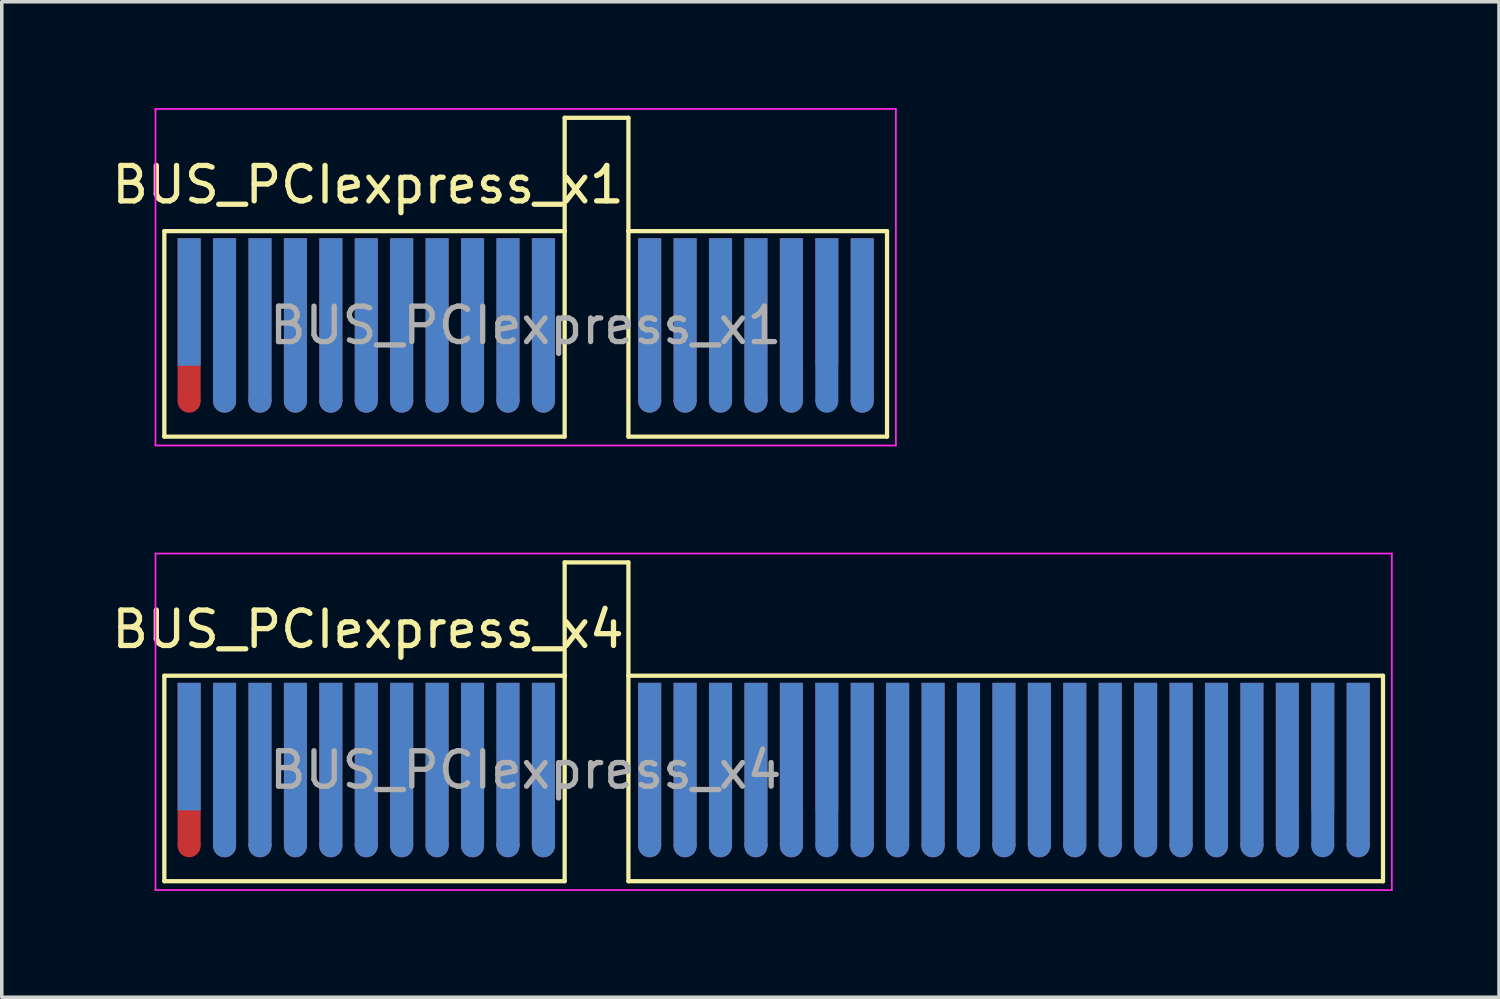
<source format=kicad_pcb>
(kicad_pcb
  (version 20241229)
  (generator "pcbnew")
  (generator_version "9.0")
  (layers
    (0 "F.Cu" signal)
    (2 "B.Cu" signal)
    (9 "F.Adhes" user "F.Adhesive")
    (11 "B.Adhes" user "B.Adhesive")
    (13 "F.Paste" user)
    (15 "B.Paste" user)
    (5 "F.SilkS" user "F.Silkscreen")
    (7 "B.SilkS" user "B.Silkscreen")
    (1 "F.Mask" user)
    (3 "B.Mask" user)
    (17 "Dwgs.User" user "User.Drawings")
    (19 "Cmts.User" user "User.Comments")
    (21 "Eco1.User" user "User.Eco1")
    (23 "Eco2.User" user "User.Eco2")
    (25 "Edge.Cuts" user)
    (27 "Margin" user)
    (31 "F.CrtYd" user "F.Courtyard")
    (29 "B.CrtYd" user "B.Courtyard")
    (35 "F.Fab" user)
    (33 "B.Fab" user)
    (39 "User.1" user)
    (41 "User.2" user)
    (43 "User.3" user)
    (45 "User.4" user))
  (footprint "BUS_PCIexpress_x1"
    (layer "F.Cu")
    (at 2.289 5.475)
    (property "Reference" "BUS_PCIexpress_x1" (at 5.05 -3.31 0) (layer "F.SilkS") (effects (font (size 1 1) (thickness 0.15))))
    (attr exclude_from_pos_files exclude_from_bom)
    (fp_line (start -0.7 -2) (end 10.6 -2) (stroke (width 0.12) (type solid)) (layer "F.SilkS"))
    (fp_line (start -0.7 3.8) (end -0.7 -2) (stroke (width 0.12) (type solid)) (layer "F.SilkS"))
    (fp_line (start 10.6 -5.2) (end 12.4 -5.2) (stroke (width 0.12) (type solid)) (layer "F.SilkS"))
    (fp_line (start 10.6 -2) (end 10.6 -5.2) (stroke (width 0.12) (type solid)) (layer "F.SilkS"))
    (fp_line (start 10.6 -2) (end 10.6 3.8) (stroke (width 0.12) (type solid)) (layer "F.SilkS"))
    (fp_line (start 10.6 3.8) (end -0.7 3.8) (stroke (width 0.12) (type solid)) (layer "F.SilkS"))
    (fp_line (start 12.4 -5.2) (end 12.4 -2) (stroke (width 0.12) (type solid)) (layer "F.SilkS"))
    (fp_line (start 12.4 -2) (end 12.4 3.8) (stroke (width 0.12) (type solid)) (layer "F.SilkS"))
    (fp_line (start 12.4 3.8) (end 19.7 3.8) (stroke (width 0.12) (type solid)) (layer "F.SilkS"))
    (fp_line (start 19.7 -2) (end 12.4 -2) (stroke (width 0.12) (type solid)) (layer "F.SilkS"))
    (fp_line (start 19.7 -2) (end 19.7 3.8) (stroke (width 0.12) (type solid)) (layer "F.SilkS"))
    (fp_line (start -0.95 -5.45) (end -0.95 4.05) (stroke (width 0.05) (type solid)) (layer "F.CrtYd"))
    (fp_line (start -0.95 -5.45) (end 19.95 -5.45) (stroke (width 0.05) (type solid)) (layer "F.CrtYd"))
    (fp_line (start 19.95 4.05) (end -0.95 4.05) (stroke (width 0.05) (type solid)) (layer "F.CrtYd"))
    (fp_line (start 19.95 4.05) (end 19.95 -5.45) (stroke (width 0.05) (type solid)) (layer "F.CrtYd"))
    (fp_text user "${REFERENCE}" (at 9.5 0.662 0) (layer "F.Fab") (effects (font (size 1 1) (thickness 0.15))))
    (pad "" connect circle (at 0 2.8) (size 0.65 0.65) (layers "F.Cu" "F.Mask"))
    (pad "" connect circle (at 1 2.8) (size 0.65 0.65) (layers "F.Cu" "F.Mask"))
    (pad "" connect circle (at 1 2.8) (size 0.65 0.65) (layers "B.Cu" "B.Mask"))
    (pad "" connect circle (at 2 2.8) (size 0.65 0.65) (layers "F.Cu" "F.Mask"))
    (pad "" connect circle (at 2 2.8) (size 0.65 0.65) (layers "B.Cu" "B.Mask"))
    (pad "" connect circle (at 3 2.8) (size 0.65 0.65) (layers "F.Cu" "F.Mask"))
    (pad "" connect circle (at 3 2.8) (size 0.65 0.65) (layers "B.Cu" "B.Mask"))
    (pad "" connect circle (at 4 2.8) (size 0.65 0.65) (layers "F.Cu" "F.Mask"))
    (pad "" connect circle (at 4 2.8) (size 0.65 0.65) (layers "B.Cu" "B.Mask"))
    (pad "" connect circle (at 5 2.8) (size 0.65 0.65) (layers "F.Cu" "F.Mask"))
    (pad "" connect circle (at 5 2.8) (size 0.65 0.65) (layers "B.Cu" "B.Mask"))
    (pad "" connect circle (at 6 2.8) (size 0.65 0.65) (layers "F.Cu" "F.Mask"))
    (pad "" connect circle (at 6 2.8) (size 0.65 0.65) (layers "B.Cu" "B.Mask"))
    (pad "" connect circle (at 7 2.8) (size 0.65 0.65) (layers "F.Cu" "F.Mask"))
    (pad "" connect circle (at 7 2.8) (size 0.65 0.65) (layers "B.Cu" "B.Mask"))
    (pad "" connect circle (at 8 2.8) (size 0.65 0.65) (layers "F.Cu" "F.Mask"))
    (pad "" connect circle (at 8 2.8) (size 0.65 0.65) (layers "B.Cu" "B.Mask"))
    (pad "" connect circle (at 9 2.8) (size 0.65 0.65) (layers "F.Cu" "F.Mask"))
    (pad "" connect circle (at 9 2.8) (size 0.65 0.65) (layers "B.Cu" "B.Mask"))
    (pad "" connect circle (at 10 2.8) (size 0.65 0.65) (layers "F.Cu" "F.Mask"))
    (pad "" connect circle (at 10 2.8) (size 0.65 0.65) (layers "B.Cu" "B.Mask"))
    (pad "" connect circle (at 13 2.8) (size 0.65 0.65) (layers "F.Cu" "F.Mask"))
    (pad "" connect circle (at 13 2.8) (size 0.65 0.65) (layers "B.Cu" "B.Mask"))
    (pad "" connect circle (at 14 2.8) (size 0.65 0.65) (layers "F.Cu" "F.Mask"))
    (pad "" connect circle (at 14 2.8) (size 0.65 0.65) (layers "B.Cu" "B.Mask"))
    (pad "" connect circle (at 15 2.8) (size 0.65 0.65) (layers "F.Cu" "F.Mask"))
    (pad "" connect circle (at 15 2.8) (size 0.65 0.65) (layers "B.Cu" "B.Mask"))
    (pad "" connect circle (at 16 2.8) (size 0.65 0.65) (layers "F.Cu" "F.Mask"))
    (pad "" connect circle (at 16 2.8) (size 0.65 0.65) (layers "B.Cu" "B.Mask"))
    (pad "" connect circle (at 17 2.8) (size 0.65 0.65) (layers "F.Cu" "F.Mask"))
    (pad "" connect circle (at 17 2.8) (size 0.65 0.65) (layers "B.Cu" "B.Mask"))
    (pad "" connect circle (at 18 2.8) (size 0.65 0.65) (layers "B.Cu" "B.Mask"))
    (pad "" connect circle (at 19 2.8) (size 0.65 0.65) (layers "F.Cu" "F.Mask"))
    (pad "" connect circle (at 19 2.8) (size 0.65 0.65) (layers "B.Cu" "B.Mask"))
    (pad "A1" connect rect (at 0 0) (size 0.65 3.6) (layers "B.Cu" "B.Mask"))
    (pad "A2" connect rect (at 1 0.5) (size 0.65 4.6) (layers "B.Cu" "B.Mask"))
    (pad "A3" connect rect (at 2 0.5) (size 0.65 4.6) (layers "B.Cu" "B.Mask"))
    (pad "A4" connect rect (at 3 0.5) (size 0.65 4.6) (layers "B.Cu" "B.Mask"))
    (pad "A5" connect rect (at 4 0.5) (size 0.65 4.6) (layers "B.Cu" "B.Mask"))
    (pad "A6" connect rect (at 5 0.5) (size 0.65 4.6) (layers "B.Cu" "B.Mask"))
    (pad "A7" connect rect (at 6 0.5) (size 0.65 4.6) (layers "B.Cu" "B.Mask"))
    (pad "A8" connect rect (at 7 0.5) (size 0.65 4.6) (layers "B.Cu" "B.Mask"))
    (pad "A9" connect rect (at 8 0.5) (size 0.65 4.6) (layers "B.Cu" "B.Mask"))
    (pad "A10" connect rect (at 9 0.5) (size 0.65 4.6) (layers "B.Cu" "B.Mask"))
    (pad "A11" connect rect (at 10 0.5) (size 0.65 4.6) (layers "B.Cu" "B.Mask"))
    (pad "A12" connect rect (at 13 0.5) (size 0.65 4.6) (layers "B.Cu" "B.Mask"))
    (pad "A13" connect rect (at 14 0.5) (size 0.65 4.6) (layers "B.Cu" "B.Mask"))
    (pad "A14" connect rect (at 15 0.5) (size 0.65 4.6) (layers "B.Cu" "B.Mask"))
    (pad "A15" connect rect (at 16 0.5) (size 0.65 4.6) (layers "B.Cu" "B.Mask"))
    (pad "A16" connect rect (at 17 0.5) (size 0.65 4.6) (layers "B.Cu" "B.Mask"))
    (pad "A17" connect rect (at 18 0.5) (size 0.65 4.6) (layers "B.Cu" "B.Mask"))
    (pad "A18" connect rect (at 19 0.5) (size 0.65 4.6) (layers "B.Cu" "B.Mask"))
    (pad "B1" connect rect (at 0 0.5) (size 0.65 4.6) (layers "F.Cu" "F.Mask"))
    (pad "B2" connect rect (at 1 0.5) (size 0.65 4.6) (layers "F.Cu" "F.Mask"))
    (pad "B3" connect rect (at 2 0.5) (size 0.65 4.6) (layers "F.Cu" "F.Mask"))
    (pad "B4" connect rect (at 3 0.5) (size 0.65 4.6) (layers "F.Cu" "F.Mask"))
    (pad "B5" connect rect (at 4 0.5) (size 0.65 4.6) (layers "F.Cu" "F.Mask"))
    (pad "B6" connect rect (at 5 0.5) (size 0.65 4.6) (layers "F.Cu" "F.Mask"))
    (pad "B7" connect rect (at 6 0.5) (size 0.65 4.6) (layers "F.Cu" "F.Mask"))
    (pad "B8" connect rect (at 7 0.5) (size 0.65 4.6) (layers "F.Cu" "F.Mask"))
    (pad "B9" connect rect (at 8 0.5) (size 0.65 4.6) (layers "F.Cu" "F.Mask"))
    (pad "B10" connect rect (at 9 0.5) (size 0.65 4.6) (layers "F.Cu" "F.Mask"))
    (pad "B11" connect rect (at 10 0.5) (size 0.65 4.6) (layers "F.Cu" "F.Mask"))
    (pad "B12" connect rect (at 13 0.5) (size 0.65 4.6) (layers "F.Cu" "F.Mask"))
    (pad "B13" connect rect (at 14 0.5) (size 0.65 4.6) (layers "F.Cu" "F.Mask"))
    (pad "B14" connect rect (at 15 0.5) (size 0.65 4.6) (layers "F.Cu" "F.Mask"))
    (pad "B15" connect rect (at 16 0.5) (size 0.65 4.6) (layers "F.Cu" "F.Mask"))
    (pad "B16" connect rect (at 17 0.5) (size 0.65 4.6) (layers "F.Cu" "F.Mask"))
    (pad "B17" connect rect (at 18 0) (size 0.65 3.6) (layers "F.Cu" "F.Mask"))
    (pad "B18" connect rect (at 19 0.5) (size 0.65 4.6) (layers "F.Cu" "F.Mask")))
  (footprint "BUS_PCIexpress_x4"
    (layer "F.Cu")
    (at 2.289 18.025)
    (property "Reference" "BUS_PCIexpress_x4" (at 5.05 -3.31 0) (layer "F.SilkS") (effects (font (size 1 1) (thickness 0.15))))
    (attr exclude_from_pos_files exclude_from_bom)
    (fp_line (start -0.7 -2) (end 10.6 -2) (stroke (width 0.12) (type solid)) (layer "F.SilkS"))
    (fp_line (start -0.7 3.8) (end -0.7 -2) (stroke (width 0.12) (type solid)) (layer "F.SilkS"))
    (fp_line (start 10.6 -5.2) (end 12.4 -5.2) (stroke (width 0.12) (type solid)) (layer "F.SilkS"))
    (fp_line (start 10.6 -2) (end 10.6 -5.2) (stroke (width 0.12) (type solid)) (layer "F.SilkS"))
    (fp_line (start 10.6 -2) (end 10.6 3.8) (stroke (width 0.12) (type solid)) (layer "F.SilkS"))
    (fp_line (start 10.6 3.8) (end -0.7 3.8) (stroke (width 0.12) (type solid)) (layer "F.SilkS"))
    (fp_line (start 12.4 -5.2) (end 12.4 -2) (stroke (width 0.12) (type solid)) (layer "F.SilkS"))
    (fp_line (start 12.4 -2) (end 12.4 3.8) (stroke (width 0.12) (type solid)) (layer "F.SilkS"))
    (fp_line (start 12.4 3.8) (end 33.7 3.8) (stroke (width 0.12) (type solid)) (layer "F.SilkS"))
    (fp_line (start 33.7 -2) (end 12.4 -2) (stroke (width 0.12) (type solid)) (layer "F.SilkS"))
    (fp_line (start 33.7 -2) (end 33.7 3.8) (stroke (width 0.12) (type solid)) (layer "F.SilkS"))
    (fp_line (start -0.95 -5.45) (end -0.95 4.05) (stroke (width 0.05) (type solid)) (layer "F.CrtYd"))
    (fp_line (start -0.95 -5.45) (end 33.95 -5.45) (stroke (width 0.05) (type solid)) (layer "F.CrtYd"))
    (fp_line (start 33.95 4.05) (end -0.95 4.05) (stroke (width 0.05) (type solid)) (layer "F.CrtYd"))
    (fp_line (start 33.95 4.05) (end 33.95 -5.45) (stroke (width 0.05) (type solid)) (layer "F.CrtYd"))
    (fp_text user "${REFERENCE}" (at 9.5 0.662 0) (layer "F.Fab") (effects (font (size 1 1) (thickness 0.15))))
    (pad "A1" connect rect (at 0 0) (size 0.65 3.6) (layers "B.Cu" "B.Mask"))
    (pad "A2" connect rect (at 1 0.5) (size 0.65 4.6) (layers "B.Cu" "B.Mask"))
    (pad "A2" connect circle (at 1 2.8) (size 0.65 0.65) (layers "B.Cu" "B.Mask"))
    (pad "A3" connect rect (at 2 0.5) (size 0.65 4.6) (layers "B.Cu" "B.Mask"))
    (pad "A3" connect circle (at 2 2.8) (size 0.65 0.65) (layers "B.Cu" "B.Mask"))
    (pad "A4" connect rect (at 3 0.5) (size 0.65 4.6) (layers "B.Cu" "B.Mask"))
    (pad "A4" connect circle (at 3 2.8) (size 0.65 0.65) (layers "B.Cu" "B.Mask"))
    (pad "A5" connect rect (at 4 0.5) (size 0.65 4.6) (layers "B.Cu" "B.Mask"))
    (pad "A5" connect circle (at 4 2.8) (size 0.65 0.65) (layers "B.Cu" "B.Mask"))
    (pad "A6" connect rect (at 5 0.5) (size 0.65 4.6) (layers "B.Cu" "B.Mask"))
    (pad "A6" connect circle (at 5 2.8) (size 0.65 0.65) (layers "B.Cu" "B.Mask"))
    (pad "A7" connect rect (at 6 0.5) (size 0.65 4.6) (layers "B.Cu" "B.Mask"))
    (pad "A7" connect circle (at 6 2.8) (size 0.65 0.65) (layers "B.Cu" "B.Mask"))
    (pad "A8" connect rect (at 7 0.5) (size 0.65 4.6) (layers "B.Cu" "B.Mask"))
    (pad "A8" connect circle (at 7 2.8) (size 0.65 0.65) (layers "B.Cu" "B.Mask"))
    (pad "A9" connect rect (at 8 0.5) (size 0.65 4.6) (layers "B.Cu" "B.Mask"))
    (pad "A9" connect circle (at 8 2.8) (size 0.65 0.65) (layers "B.Cu" "B.Mask"))
    (pad "A10" connect rect (at 9 0.5) (size 0.65 4.6) (layers "B.Cu" "B.Mask"))
    (pad "A10" connect circle (at 9 2.8) (size 0.65 0.65) (layers "B.Cu" "B.Mask"))
    (pad "A11" connect rect (at 10 0.5) (size 0.65 4.6) (layers "B.Cu" "B.Mask"))
    (pad "A11" connect circle (at 10 2.8) (size 0.65 0.65) (layers "B.Cu" "B.Mask"))
    (pad "A12" connect rect (at 13 0.5) (size 0.65 4.6) (layers "B.Cu" "B.Mask"))
    (pad "A12" connect circle (at 13 2.8) (size 0.65 0.65) (layers "B.Cu" "B.Mask"))
    (pad "A13" connect rect (at 14 0.5) (size 0.65 4.6) (layers "B.Cu" "B.Mask"))
    (pad "A13" connect circle (at 14 2.8) (size 0.65 0.65) (layers "B.Cu" "B.Mask"))
    (pad "A14" connect rect (at 15 0.5) (size 0.65 4.6) (layers "B.Cu" "B.Mask"))
    (pad "A14" connect circle (at 15 2.8) (size 0.65 0.65) (layers "B.Cu" "B.Mask"))
    (pad "A15" connect rect (at 16 0.5) (size 0.65 4.6) (layers "B.Cu" "B.Mask"))
    (pad "A15" connect circle (at 16 2.8) (size 0.65 0.65) (layers "B.Cu" "B.Mask"))
    (pad "A16" connect rect (at 17 0.5) (size 0.65 4.6) (layers "B.Cu" "B.Mask"))
    (pad "A16" connect circle (at 17 2.8) (size 0.65 0.65) (layers "B.Cu" "B.Mask"))
    (pad "A17" connect rect (at 18 0.5) (size 0.65 4.6) (layers "B.Cu" "B.Mask"))
    (pad "A17" connect circle (at 18 2.8) (size 0.65 0.65) (layers "B.Cu" "B.Mask"))
    (pad "A18" connect rect (at 19 0.5) (size 0.65 4.6) (layers "B.Cu" "B.Mask"))
    (pad "A18" connect circle (at 19 2.8) (size 0.65 0.65) (layers "B.Cu" "B.Mask"))
    (pad "A19" connect rect (at 20 0.5) (size 0.65 4.6) (layers "B.Cu" "B.Mask"))
    (pad "A19" connect circle (at 20 2.8) (size 0.65 0.65) (layers "B.Cu" "B.Mask"))
    (pad "A20" connect rect (at 21 0.5) (size 0.65 4.6) (layers "B.Cu" "B.Mask"))
    (pad "A20" connect circle (at 21 2.8) (size 0.65 0.65) (layers "B.Cu" "B.Mask"))
    (pad "A21" connect rect (at 22 0.5) (size 0.65 4.6) (layers "B.Cu" "B.Mask"))
    (pad "A21" connect circle (at 22 2.8) (size 0.65 0.65) (layers "B.Cu" "B.Mask"))
    (pad "A22" connect rect (at 23 0.5) (size 0.65 4.6) (layers "B.Cu" "B.Mask"))
    (pad "A22" connect circle (at 23 2.8) (size 0.65 0.65) (layers "B.Cu" "B.Mask"))
    (pad "A23" connect rect (at 24 0.5) (size 0.65 4.6) (layers "B.Cu" "B.Mask"))
    (pad "A23" connect circle (at 24 2.8) (size 0.65 0.65) (layers "B.Cu" "B.Mask"))
    (pad "A24" connect rect (at 25 0.5) (size 0.65 4.6) (layers "B.Cu" "B.Mask"))
    (pad "A24" connect circle (at 25 2.8) (size 0.65 0.65) (layers "B.Cu" "B.Mask"))
    (pad "A25" connect rect (at 26 0.5) (size 0.65 4.6) (layers "B.Cu" "B.Mask"))
    (pad "A25" connect circle (at 26 2.8) (size 0.65 0.65) (layers "B.Cu" "B.Mask"))
    (pad "A26" connect rect (at 27 0.5) (size 0.65 4.6) (layers "B.Cu" "B.Mask"))
    (pad "A26" connect circle (at 27 2.8) (size 0.65 0.65) (layers "B.Cu" "B.Mask"))
    (pad "A27" connect rect (at 28 0.5) (size 0.65 4.6) (layers "B.Cu" "B.Mask"))
    (pad "A27" connect circle (at 28 2.8) (size 0.65 0.65) (layers "B.Cu" "B.Mask"))
    (pad "A28" connect rect (at 29 0.5) (size 0.65 4.6) (layers "B.Cu" "B.Mask"))
    (pad "A28" connect circle (at 29 2.8) (size 0.65 0.65) (layers "B.Cu" "B.Mask"))
    (pad "A29" connect rect (at 30 0.5) (size 0.65 4.6) (layers "B.Cu" "B.Mask"))
    (pad "A29" connect circle (at 30 2.8) (size 0.65 0.65) (layers "B.Cu" "B.Mask"))
    (pad "A30" connect rect (at 31 0.5) (size 0.65 4.6) (layers "B.Cu" "B.Mask"))
    (pad "A30" connect circle (at 31 2.8) (size 0.65 0.65) (layers "B.Cu" "B.Mask"))
    (pad "A31" connect rect (at 32 0.5) (size 0.65 4.6) (layers "B.Cu" "B.Mask"))
    (pad "A31" connect circle (at 32 2.8) (size 0.65 0.65) (layers "B.Cu" "B.Mask"))
    (pad "A32" connect rect (at 33 0.5) (size 0.65 4.6) (layers "B.Cu" "B.Mask"))
    (pad "A32" connect circle (at 33 2.8) (size 0.65 0.65) (layers "B.Cu" "B.Mask"))
    (pad "B1" connect rect (at 0 0.5) (size 0.65 4.6) (layers "F.Cu" "F.Mask"))
    (pad "B1" connect circle (at 0 2.8) (size 0.65 0.65) (layers "F.Cu" "F.Mask"))
    (pad "B2" connect rect (at 1 0.5) (size 0.65 4.6) (layers "F.Cu" "F.Mask"))
    (pad "B2" connect circle (at 1 2.8) (size 0.65 0.65) (layers "F.Cu" "F.Mask"))
    (pad "B3" connect rect (at 2 0.5) (size 0.65 4.6) (layers "F.Cu" "F.Mask"))
    (pad "B3" connect circle (at 2 2.8) (size 0.65 0.65) (layers "F.Cu" "F.Mask"))
    (pad "B4" connect rect (at 3 0.5) (size 0.65 4.6) (layers "F.Cu" "F.Mask"))
    (pad "B4" connect circle (at 3 2.8) (size 0.65 0.65) (layers "F.Cu" "F.Mask"))
    (pad "B5" connect rect (at 4 0.5) (size 0.65 4.6) (layers "F.Cu" "F.Mask"))
    (pad "B5" connect circle (at 4 2.8) (size 0.65 0.65) (layers "F.Cu" "F.Mask"))
    (pad "B6" connect rect (at 5 0.5) (size 0.65 4.6) (layers "F.Cu" "F.Mask"))
    (pad "B6" connect circle (at 5 2.8) (size 0.65 0.65) (layers "F.Cu" "F.Mask"))
    (pad "B7" connect rect (at 6 0.5) (size 0.65 4.6) (layers "F.Cu" "F.Mask"))
    (pad "B7" connect circle (at 6 2.8) (size 0.65 0.65) (layers "F.Cu" "F.Mask"))
    (pad "B8" connect rect (at 7 0.5) (size 0.65 4.6) (layers "F.Cu" "F.Mask"))
    (pad "B8" connect circle (at 7 2.8) (size 0.65 0.65) (layers "F.Cu" "F.Mask"))
    (pad "B9" connect rect (at 8 0.5) (size 0.65 4.6) (layers "F.Cu" "F.Mask"))
    (pad "B9" connect circle (at 8 2.8) (size 0.65 0.65) (layers "F.Cu" "F.Mask"))
    (pad "B10" connect rect (at 9 0.5) (size 0.65 4.6) (layers "F.Cu" "F.Mask"))
    (pad "B10" connect circle (at 9 2.8) (size 0.65 0.65) (layers "F.Cu" "F.Mask"))
    (pad "B11" connect rect (at 10 0.5) (size 0.65 4.6) (layers "F.Cu" "F.Mask"))
    (pad "B11" connect circle (at 10 2.8) (size 0.65 0.65) (layers "F.Cu" "F.Mask"))
    (pad "B12" connect rect (at 13 0.5) (size 0.65 4.6) (layers "F.Cu" "F.Mask"))
    (pad "B12" connect circle (at 13 2.8) (size 0.65 0.65) (layers "F.Cu" "F.Mask"))
    (pad "B13" connect rect (at 14 0.5) (size 0.65 4.6) (layers "F.Cu" "F.Mask"))
    (pad "B13" connect circle (at 14 2.8) (size 0.65 0.65) (layers "F.Cu" "F.Mask"))
    (pad "B14" connect rect (at 15 0.5) (size 0.65 4.6) (layers "F.Cu" "F.Mask"))
    (pad "B14" connect circle (at 15 2.8) (size 0.65 0.65) (layers "F.Cu" "F.Mask"))
    (pad "B15" connect rect (at 16 0.5) (size 0.65 4.6) (layers "F.Cu" "F.Mask"))
    (pad "B15" connect circle (at 16 2.8) (size 0.65 0.65) (layers "F.Cu" "F.Mask"))
    (pad "B16" connect rect (at 17 0.5) (size 0.65 4.6) (layers "F.Cu" "F.Mask"))
    (pad "B16" connect circle (at 17 2.8) (size 0.65 0.65) (layers "F.Cu" "F.Mask"))
    (pad "B17" connect rect (at 18 0) (size 0.65 3.6) (layers "F.Cu" "F.Mask"))
    (pad "B18" connect rect (at 19 0.5) (size 0.65 4.6) (layers "F.Cu" "F.Mask"))
    (pad "B18" connect circle (at 19 2.8) (size 0.65 0.65) (layers "F.Cu" "F.Mask"))
    (pad "B19" connect rect (at 20 0.5) (size 0.65 4.6) (layers "F.Cu" "F.Mask"))
    (pad "B19" connect circle (at 20 2.8) (size 0.65 0.65) (layers "F.Cu" "F.Mask"))
    (pad "B20" connect rect (at 21 0.5) (size 0.65 4.6) (layers "F.Cu" "F.Mask"))
    (pad "B20" connect circle (at 21 2.8) (size 0.65 0.65) (layers "F.Cu" "F.Mask"))
    (pad "B21" connect rect (at 22 0.5) (size 0.65 4.6) (layers "F.Cu" "F.Mask"))
    (pad "B21" connect circle (at 22 2.8) (size 0.65 0.65) (layers "F.Cu" "F.Mask"))
    (pad "B22" connect rect (at 23 0.5) (size 0.65 4.6) (layers "F.Cu" "F.Mask"))
    (pad "B22" connect circle (at 23 2.8) (size 0.65 0.65) (layers "F.Cu" "F.Mask"))
    (pad "B23" connect rect (at 24 0.5) (size 0.65 4.6) (layers "F.Cu" "F.Mask"))
    (pad "B23" connect circle (at 24 2.8) (size 0.65 0.65) (layers "F.Cu" "F.Mask"))
    (pad "B24" connect rect (at 25 0.5) (size 0.65 4.6) (layers "F.Cu" "F.Mask"))
    (pad "B24" connect circle (at 25 2.8) (size 0.65 0.65) (layers "F.Cu" "F.Mask"))
    (pad "B25" connect rect (at 26 0.5) (size 0.65 4.6) (layers "F.Cu" "F.Mask"))
    (pad "B25" connect circle (at 26 2.8) (size 0.65 0.65) (layers "F.Cu" "F.Mask"))
    (pad "B26" connect rect (at 27 0.5) (size 0.65 4.6) (layers "F.Cu" "F.Mask"))
    (pad "B26" connect circle (at 27 2.8) (size 0.65 0.65) (layers "F.Cu" "F.Mask"))
    (pad "B27" connect rect (at 28 0.5) (size 0.65 4.6) (layers "F.Cu" "F.Mask"))
    (pad "B27" connect circle (at 28 2.8) (size 0.65 0.65) (layers "F.Cu" "F.Mask"))
    (pad "B28" connect rect (at 29 0.5) (size 0.65 4.6) (layers "F.Cu" "F.Mask"))
    (pad "B28" connect circle (at 29 2.8) (size 0.65 0.65) (layers "F.Cu" "F.Mask"))
    (pad "B29" connect rect (at 30 0.5) (size 0.65 4.6) (layers "F.Cu" "F.Mask"))
    (pad "B29" connect circle (at 30 2.8) (size 0.65 0.65) (layers "F.Cu" "F.Mask"))
    (pad "B30" connect rect (at 31 0.5) (size 0.65 4.6) (layers "F.Cu" "F.Mask"))
    (pad "B30" connect circle (at 31 2.8) (size 0.65 0.65) (layers "F.Cu" "F.Mask"))
    (pad "B31" connect rect (at 32 0) (size 0.65 3.6) (layers "F.Cu" "F.Mask"))
    (pad "B32" connect rect (at 33 0.5) (size 0.65 4.6) (layers "F.Cu" "F.Mask"))
    (pad "B32" connect circle (at 33 2.8) (size 0.65 0.65) (layers "F.Cu" "F.Mask")))
  (gr_rect
    (start -3 -3)
    (end 39.264 25.1)
    (stroke (width 0.1) (type default))
    (fill no)
    (layer "Edge.Cuts")))
</source>
